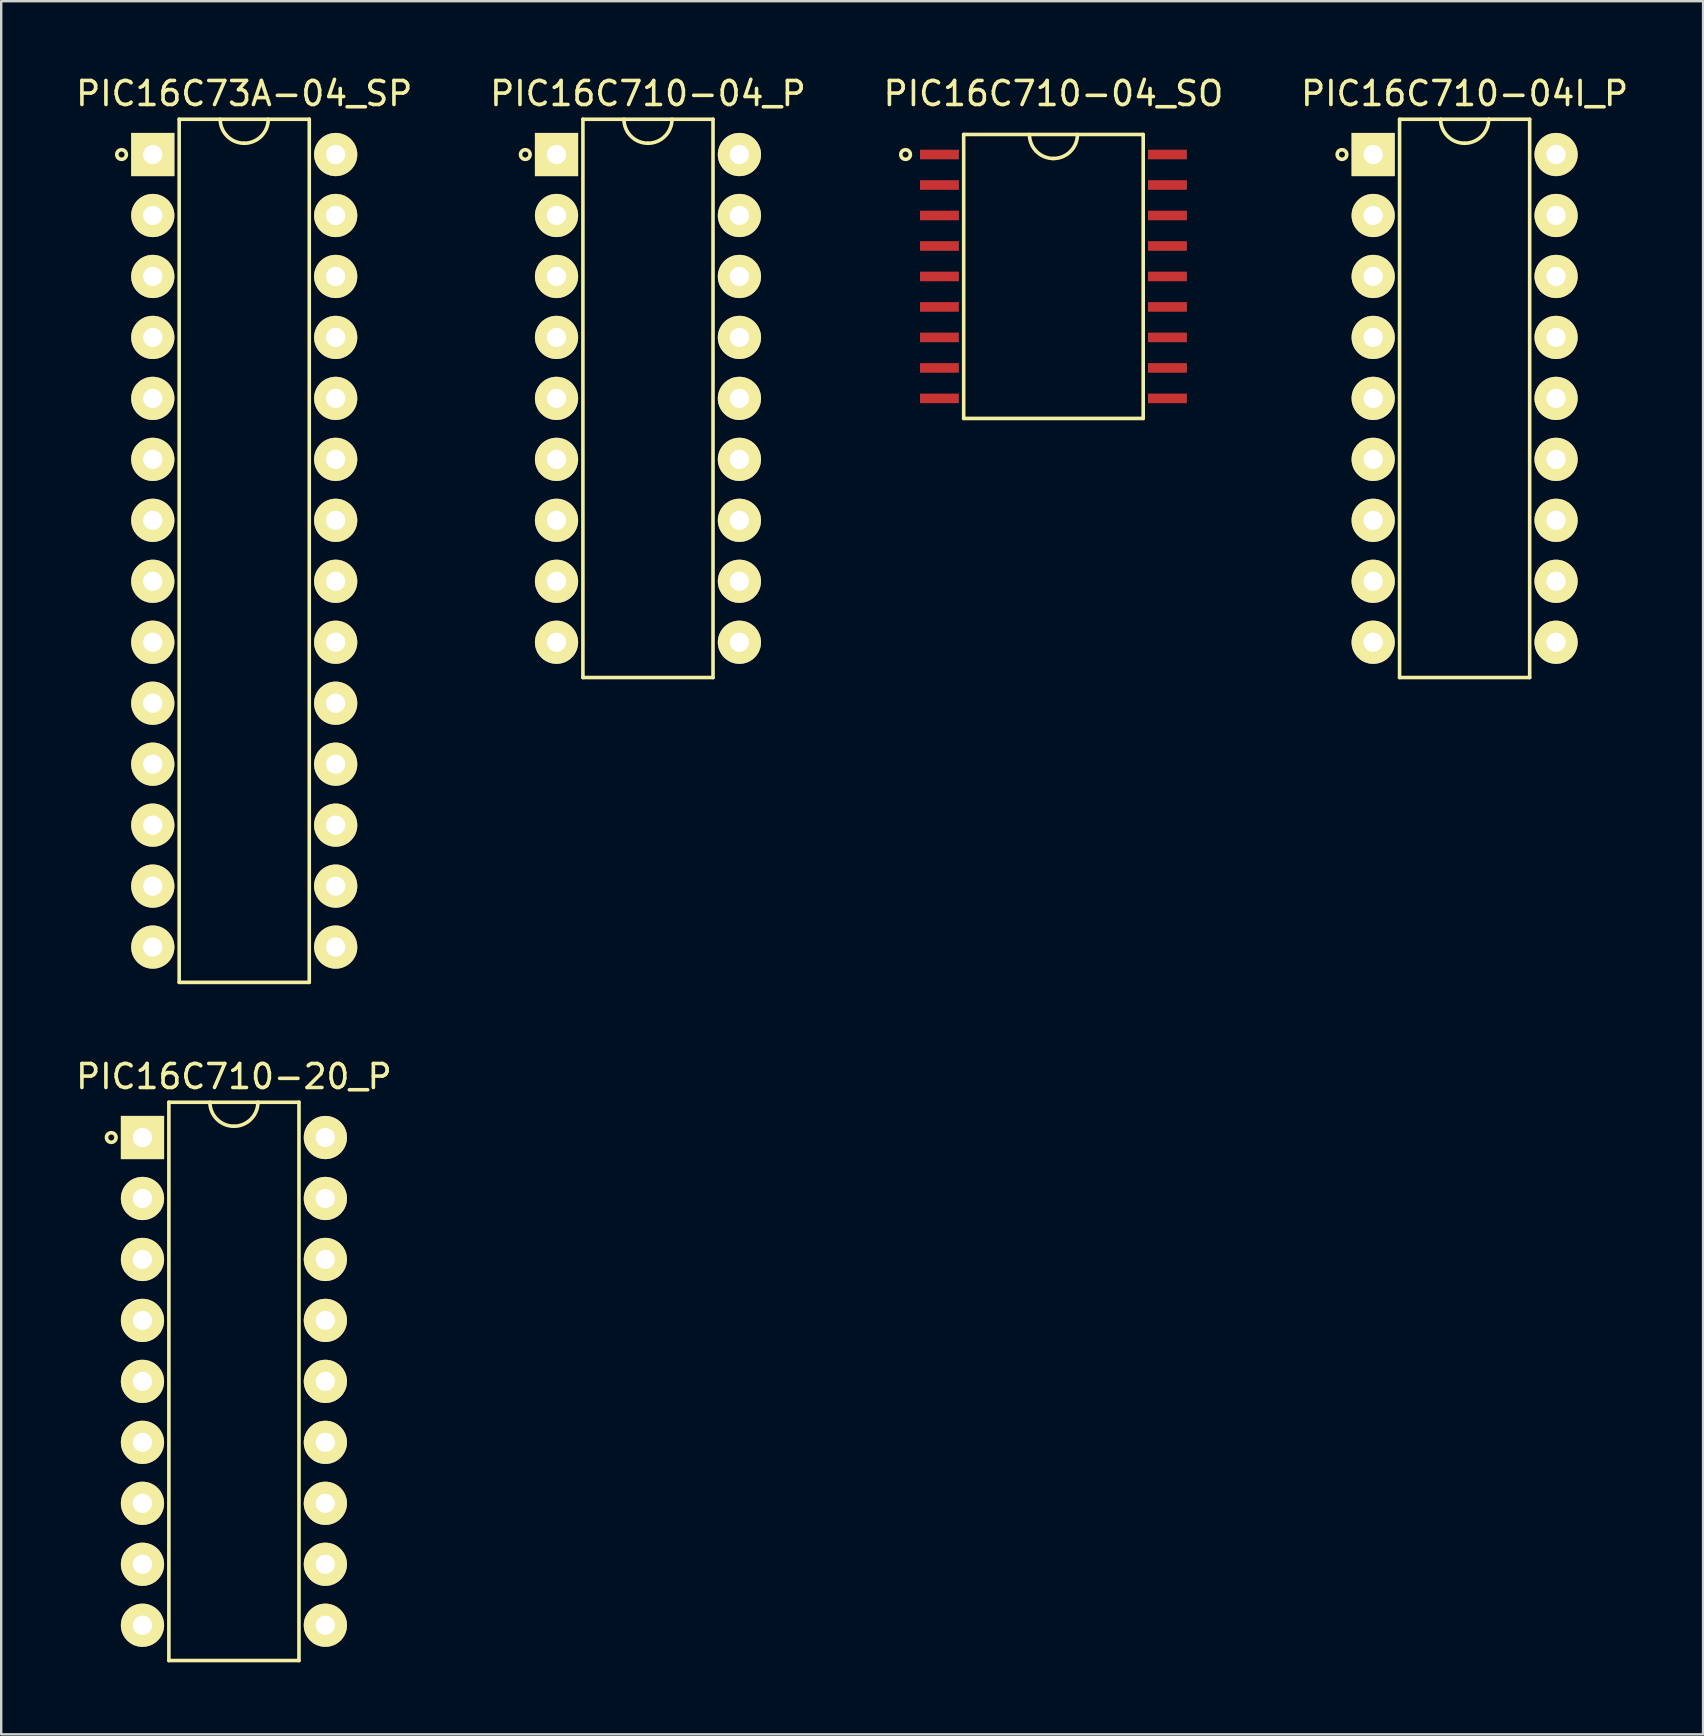
<source format=kicad_pcb>
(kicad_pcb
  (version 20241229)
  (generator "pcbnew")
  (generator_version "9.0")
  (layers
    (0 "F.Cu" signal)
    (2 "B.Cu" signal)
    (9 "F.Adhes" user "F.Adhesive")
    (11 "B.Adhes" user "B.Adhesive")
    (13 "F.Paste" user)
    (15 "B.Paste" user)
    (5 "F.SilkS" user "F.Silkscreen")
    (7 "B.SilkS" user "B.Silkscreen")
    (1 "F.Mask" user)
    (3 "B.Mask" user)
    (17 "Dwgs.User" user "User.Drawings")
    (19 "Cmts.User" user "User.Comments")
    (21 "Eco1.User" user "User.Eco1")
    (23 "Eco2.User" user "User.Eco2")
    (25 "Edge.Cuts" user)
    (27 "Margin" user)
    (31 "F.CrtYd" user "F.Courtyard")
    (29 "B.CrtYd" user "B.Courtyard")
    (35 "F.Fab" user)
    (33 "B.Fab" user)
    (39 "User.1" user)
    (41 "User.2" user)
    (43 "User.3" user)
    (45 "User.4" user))
  (footprint "PIC16C73A-04_SP"
    (layer "F.Cu")
    (at 3.315 3.388)
    (property "Reference" "PIC16C73A-04_SP" (at 3.81 -2.54 0) (layer "F.SilkS") (effects (font (size 1 1) (thickness 0.15))))
    (attr through_hole)
    (fp_line (start 1.1 -1.47) (end 6.52 -1.47) (stroke (width 0.15) (type solid)) (layer "F.SilkS"))
    (fp_line (start 1.1 34.49) (end 1.1 -1.47) (stroke (width 0.15) (type solid)) (layer "F.SilkS"))
    (fp_line (start 6.52 -1.47) (end 6.52 34.49) (stroke (width 0.15) (type solid)) (layer "F.SilkS"))
    (fp_line (start 6.52 34.49) (end 1.1 34.49) (stroke (width 0.15) (type solid)) (layer "F.SilkS"))
    (fp_arc (start 3.81 -0.47) (mid 3.102893 -0.762893) (end 2.81 -1.47) (stroke (width 0.15) (type solid)) (layer "F.SilkS"))
    (fp_arc (start 4.81 -1.47) (mid 4.517107 -0.762893) (end 3.81 -0.47) (stroke (width 0.15) (type solid)) (layer "F.SilkS"))
    (fp_circle (center -1.3 0) (end -1.3 0.2) (stroke (width 0.15) (type solid)) (fill no) (layer "F.SilkS"))
    (pad "1" thru_hole rect (at 0 0) (size 1.8 1.8) (drill 0.8) (layers "*.Cu" "*.Mask" "F.SilkS"))
    (pad "2" thru_hole circle (at 0 2.54) (size 1.8 1.8) (drill 0.8) (layers "*.Cu" "*.Mask" "F.SilkS"))
    (pad "3" thru_hole circle (at 0 5.08) (size 1.8 1.8) (drill 0.8) (layers "*.Cu" "*.Mask" "F.SilkS"))
    (pad "4" thru_hole circle (at 0 7.62) (size 1.8 1.8) (drill 0.8) (layers "*.Cu" "*.Mask" "F.SilkS"))
    (pad "5" thru_hole circle (at 0 10.16) (size 1.8 1.8) (drill 0.8) (layers "*.Cu" "*.Mask" "F.SilkS"))
    (pad "6" thru_hole circle (at 0 12.7) (size 1.8 1.8) (drill 0.8) (layers "*.Cu" "*.Mask" "F.SilkS"))
    (pad "7" thru_hole circle (at 0 15.24) (size 1.8 1.8) (drill 0.8) (layers "*.Cu" "*.Mask" "F.SilkS"))
    (pad "8" thru_hole circle (at 0 17.78) (size 1.8 1.8) (drill 0.8) (layers "*.Cu" "*.Mask" "F.SilkS"))
    (pad "9" thru_hole circle (at 0 20.32) (size 1.8 1.8) (drill 0.8) (layers "*.Cu" "*.Mask" "F.SilkS"))
    (pad "10" thru_hole circle (at 0 22.86) (size 1.8 1.8) (drill 0.8) (layers "*.Cu" "*.Mask" "F.SilkS"))
    (pad "11" thru_hole circle (at 0 25.4) (size 1.8 1.8) (drill 0.8) (layers "*.Cu" "*.Mask" "F.SilkS"))
    (pad "12" thru_hole circle (at 0 27.94) (size 1.8 1.8) (drill 0.8) (layers "*.Cu" "*.Mask" "F.SilkS"))
    (pad "13" thru_hole circle (at 0 30.48) (size 1.8 1.8) (drill 0.8) (layers "*.Cu" "*.Mask" "F.SilkS"))
    (pad "14" thru_hole circle (at 0 33.02) (size 1.8 1.8) (drill 0.8) (layers "*.Cu" "*.Mask" "F.SilkS"))
    (pad "15" thru_hole circle (at 7.62 33.02) (size 1.8 1.8) (drill 0.8) (layers "*.Cu" "*.Mask" "F.SilkS"))
    (pad "16" thru_hole circle (at 7.62 30.48) (size 1.8 1.8) (drill 0.8) (layers "*.Cu" "*.Mask" "F.SilkS"))
    (pad "17" thru_hole circle (at 7.62 27.94) (size 1.8 1.8) (drill 0.8) (layers "*.Cu" "*.Mask" "F.SilkS"))
    (pad "18" thru_hole circle (at 7.62 25.4) (size 1.8 1.8) (drill 0.8) (layers "*.Cu" "*.Mask" "F.SilkS"))
    (pad "19" thru_hole circle (at 7.62 22.86) (size 1.8 1.8) (drill 0.8) (layers "*.Cu" "*.Mask" "F.SilkS"))
    (pad "20" thru_hole circle (at 7.62 20.32) (size 1.8 1.8) (drill 0.8) (layers "*.Cu" "*.Mask" "F.SilkS"))
    (pad "21" thru_hole circle (at 7.62 17.78) (size 1.8 1.8) (drill 0.8) (layers "*.Cu" "*.Mask" "F.SilkS"))
    (pad "22" thru_hole circle (at 7.62 15.24) (size 1.8 1.8) (drill 0.8) (layers "*.Cu" "*.Mask" "F.SilkS"))
    (pad "23" thru_hole circle (at 7.62 12.7) (size 1.8 1.8) (drill 0.8) (layers "*.Cu" "*.Mask" "F.SilkS"))
    (pad "24" thru_hole circle (at 7.62 10.16) (size 1.8 1.8) (drill 0.8) (layers "*.Cu" "*.Mask" "F.SilkS"))
    (pad "25" thru_hole circle (at 7.62 7.62) (size 1.8 1.8) (drill 0.8) (layers "*.Cu" "*.Mask" "F.SilkS"))
    (pad "26" thru_hole circle (at 7.62 5.08) (size 1.8 1.8) (drill 0.8) (layers "*.Cu" "*.Mask" "F.SilkS"))
    (pad "27" thru_hole circle (at 7.62 2.54) (size 1.8 1.8) (drill 0.8) (layers "*.Cu" "*.Mask" "F.SilkS"))
    (pad "28" thru_hole circle (at 7.62 0) (size 1.8 1.8) (drill 0.8) (layers "*.Cu" "*.Mask" "F.SilkS")))
  (footprint "PIC16C710-04I_P"
    (layer "F.Cu")
    (at 54.16 3.388)
    (property "Reference" "PIC16C710-04I_P" (at 3.81 -2.54 0) (layer "F.SilkS") (effects (font (size 1 1) (thickness 0.15))))
    (attr through_hole)
    (fp_line (start 1.1 -1.47) (end 6.52 -1.47) (stroke (width 0.15) (type solid)) (layer "F.SilkS"))
    (fp_line (start 1.1 21.79) (end 1.1 -1.47) (stroke (width 0.15) (type solid)) (layer "F.SilkS"))
    (fp_line (start 6.52 -1.47) (end 6.52 21.79) (stroke (width 0.15) (type solid)) (layer "F.SilkS"))
    (fp_line (start 6.52 21.79) (end 1.1 21.79) (stroke (width 0.15) (type solid)) (layer "F.SilkS"))
    (fp_arc (start 3.81 -0.47) (mid 3.102893 -0.762893) (end 2.81 -1.47) (stroke (width 0.15) (type solid)) (layer "F.SilkS"))
    (fp_arc (start 4.81 -1.47) (mid 4.517107 -0.762893) (end 3.81 -0.47) (stroke (width 0.15) (type solid)) (layer "F.SilkS"))
    (fp_circle (center -1.3 0) (end -1.3 0.2) (stroke (width 0.15) (type solid)) (fill no) (layer "F.SilkS"))
    (pad "1" thru_hole rect (at 0 0) (size 1.8 1.8) (drill 0.8) (layers "*.Cu" "*.Mask" "F.SilkS"))
    (pad "2" thru_hole circle (at 0 2.54) (size 1.8 1.8) (drill 0.8) (layers "*.Cu" "*.Mask" "F.SilkS"))
    (pad "3" thru_hole circle (at 0 5.08) (size 1.8 1.8) (drill 0.8) (layers "*.Cu" "*.Mask" "F.SilkS"))
    (pad "4" thru_hole circle (at 0 7.62) (size 1.8 1.8) (drill 0.8) (layers "*.Cu" "*.Mask" "F.SilkS"))
    (pad "5" thru_hole circle (at 0 10.16) (size 1.8 1.8) (drill 0.8) (layers "*.Cu" "*.Mask" "F.SilkS"))
    (pad "6" thru_hole circle (at 0 12.7) (size 1.8 1.8) (drill 0.8) (layers "*.Cu" "*.Mask" "F.SilkS"))
    (pad "7" thru_hole circle (at 0 15.24) (size 1.8 1.8) (drill 0.8) (layers "*.Cu" "*.Mask" "F.SilkS"))
    (pad "8" thru_hole circle (at 0 17.78) (size 1.8 1.8) (drill 0.8) (layers "*.Cu" "*.Mask" "F.SilkS"))
    (pad "9" thru_hole circle (at 0 20.32) (size 1.8 1.8) (drill 0.8) (layers "*.Cu" "*.Mask" "F.SilkS"))
    (pad "10" thru_hole circle (at 7.62 20.32) (size 1.8 1.8) (drill 0.8) (layers "*.Cu" "*.Mask" "F.SilkS"))
    (pad "11" thru_hole circle (at 7.62 17.78) (size 1.8 1.8) (drill 0.8) (layers "*.Cu" "*.Mask" "F.SilkS"))
    (pad "12" thru_hole circle (at 7.62 15.24) (size 1.8 1.8) (drill 0.8) (layers "*.Cu" "*.Mask" "F.SilkS"))
    (pad "13" thru_hole circle (at 7.62 12.7) (size 1.8 1.8) (drill 0.8) (layers "*.Cu" "*.Mask" "F.SilkS"))
    (pad "14" thru_hole circle (at 7.62 10.16) (size 1.8 1.8) (drill 0.8) (layers "*.Cu" "*.Mask" "F.SilkS"))
    (pad "15" thru_hole circle (at 7.62 7.62) (size 1.8 1.8) (drill 0.8) (layers "*.Cu" "*.Mask" "F.SilkS"))
    (pad "16" thru_hole circle (at 7.62 5.08) (size 1.8 1.8) (drill 0.8) (layers "*.Cu" "*.Mask" "F.SilkS"))
    (pad "17" thru_hole circle (at 7.62 2.54) (size 1.8 1.8) (drill 0.8) (layers "*.Cu" "*.Mask" "F.SilkS"))
    (pad "18" thru_hole circle (at 7.62 0) (size 1.8 1.8) (drill 0.8) (layers "*.Cu" "*.Mask" "F.SilkS")))
  (footprint "PIC16C710-04_P"
    (layer "F.Cu")
    (at 20.136 3.388)
    (property "Reference" "PIC16C710-04_P" (at 3.81 -2.54 0) (layer "F.SilkS") (effects (font (size 1 1) (thickness 0.15))))
    (attr through_hole)
    (fp_line (start 1.1 -1.47) (end 6.52 -1.47) (stroke (width 0.15) (type solid)) (layer "F.SilkS"))
    (fp_line (start 1.1 21.79) (end 1.1 -1.47) (stroke (width 0.15) (type solid)) (layer "F.SilkS"))
    (fp_line (start 6.52 -1.47) (end 6.52 21.79) (stroke (width 0.15) (type solid)) (layer "F.SilkS"))
    (fp_line (start 6.52 21.79) (end 1.1 21.79) (stroke (width 0.15) (type solid)) (layer "F.SilkS"))
    (fp_arc (start 3.81 -0.47) (mid 3.102893 -0.762893) (end 2.81 -1.47) (stroke (width 0.15) (type solid)) (layer "F.SilkS"))
    (fp_arc (start 4.81 -1.47) (mid 4.517107 -0.762893) (end 3.81 -0.47) (stroke (width 0.15) (type solid)) (layer "F.SilkS"))
    (fp_circle (center -1.3 0) (end -1.3 0.2) (stroke (width 0.15) (type solid)) (fill no) (layer "F.SilkS"))
    (pad "1" thru_hole rect (at 0 0) (size 1.8 1.8) (drill 0.8) (layers "*.Cu" "*.Mask" "F.SilkS"))
    (pad "2" thru_hole circle (at 0 2.54) (size 1.8 1.8) (drill 0.8) (layers "*.Cu" "*.Mask" "F.SilkS"))
    (pad "3" thru_hole circle (at 0 5.08) (size 1.8 1.8) (drill 0.8) (layers "*.Cu" "*.Mask" "F.SilkS"))
    (pad "4" thru_hole circle (at 0 7.62) (size 1.8 1.8) (drill 0.8) (layers "*.Cu" "*.Mask" "F.SilkS"))
    (pad "5" thru_hole circle (at 0 10.16) (size 1.8 1.8) (drill 0.8) (layers "*.Cu" "*.Mask" "F.SilkS"))
    (pad "6" thru_hole circle (at 0 12.7) (size 1.8 1.8) (drill 0.8) (layers "*.Cu" "*.Mask" "F.SilkS"))
    (pad "7" thru_hole circle (at 0 15.24) (size 1.8 1.8) (drill 0.8) (layers "*.Cu" "*.Mask" "F.SilkS"))
    (pad "8" thru_hole circle (at 0 17.78) (size 1.8 1.8) (drill 0.8) (layers "*.Cu" "*.Mask" "F.SilkS"))
    (pad "9" thru_hole circle (at 0 20.32) (size 1.8 1.8) (drill 0.8) (layers "*.Cu" "*.Mask" "F.SilkS"))
    (pad "10" thru_hole circle (at 7.62 20.32) (size 1.8 1.8) (drill 0.8) (layers "*.Cu" "*.Mask" "F.SilkS"))
    (pad "11" thru_hole circle (at 7.62 17.78) (size 1.8 1.8) (drill 0.8) (layers "*.Cu" "*.Mask" "F.SilkS"))
    (pad "12" thru_hole circle (at 7.62 15.24) (size 1.8 1.8) (drill 0.8) (layers "*.Cu" "*.Mask" "F.SilkS"))
    (pad "13" thru_hole circle (at 7.62 12.7) (size 1.8 1.8) (drill 0.8) (layers "*.Cu" "*.Mask" "F.SilkS"))
    (pad "14" thru_hole circle (at 7.62 10.16) (size 1.8 1.8) (drill 0.8) (layers "*.Cu" "*.Mask" "F.SilkS"))
    (pad "15" thru_hole circle (at 7.62 7.62) (size 1.8 1.8) (drill 0.8) (layers "*.Cu" "*.Mask" "F.SilkS"))
    (pad "16" thru_hole circle (at 7.62 5.08) (size 1.8 1.8) (drill 0.8) (layers "*.Cu" "*.Mask" "F.SilkS"))
    (pad "17" thru_hole circle (at 7.62 2.54) (size 1.8 1.8) (drill 0.8) (layers "*.Cu" "*.Mask" "F.SilkS"))
    (pad "18" thru_hole circle (at 7.62 0) (size 1.8 1.8) (drill 0.8) (layers "*.Cu" "*.Mask" "F.SilkS")))
  (footprint "PIC16C710-20_P"
    (layer "F.Cu")
    (at 2.886 44.342)
    (property "Reference" "PIC16C710-20_P" (at 3.81 -2.54 0) (layer "F.SilkS") (effects (font (size 1 1) (thickness 0.15))))
    (attr through_hole)
    (fp_line (start 1.1 -1.47) (end 6.52 -1.47) (stroke (width 0.15) (type solid)) (layer "F.SilkS"))
    (fp_line (start 1.1 21.79) (end 1.1 -1.47) (stroke (width 0.15) (type solid)) (layer "F.SilkS"))
    (fp_line (start 6.52 -1.47) (end 6.52 21.79) (stroke (width 0.15) (type solid)) (layer "F.SilkS"))
    (fp_line (start 6.52 21.79) (end 1.1 21.79) (stroke (width 0.15) (type solid)) (layer "F.SilkS"))
    (fp_arc (start 3.81 -0.47) (mid 3.102893 -0.762893) (end 2.81 -1.47) (stroke (width 0.15) (type solid)) (layer "F.SilkS"))
    (fp_arc (start 4.81 -1.47) (mid 4.517107 -0.762893) (end 3.81 -0.47) (stroke (width 0.15) (type solid)) (layer "F.SilkS"))
    (fp_circle (center -1.3 0) (end -1.3 0.2) (stroke (width 0.15) (type solid)) (fill no) (layer "F.SilkS"))
    (pad "1" thru_hole rect (at 0 0) (size 1.8 1.8) (drill 0.8) (layers "*.Cu" "*.Mask" "F.SilkS"))
    (pad "2" thru_hole circle (at 0 2.54) (size 1.8 1.8) (drill 0.8) (layers "*.Cu" "*.Mask" "F.SilkS"))
    (pad "3" thru_hole circle (at 0 5.08) (size 1.8 1.8) (drill 0.8) (layers "*.Cu" "*.Mask" "F.SilkS"))
    (pad "4" thru_hole circle (at 0 7.62) (size 1.8 1.8) (drill 0.8) (layers "*.Cu" "*.Mask" "F.SilkS"))
    (pad "5" thru_hole circle (at 0 10.16) (size 1.8 1.8) (drill 0.8) (layers "*.Cu" "*.Mask" "F.SilkS"))
    (pad "6" thru_hole circle (at 0 12.7) (size 1.8 1.8) (drill 0.8) (layers "*.Cu" "*.Mask" "F.SilkS"))
    (pad "7" thru_hole circle (at 0 15.24) (size 1.8 1.8) (drill 0.8) (layers "*.Cu" "*.Mask" "F.SilkS"))
    (pad "8" thru_hole circle (at 0 17.78) (size 1.8 1.8) (drill 0.8) (layers "*.Cu" "*.Mask" "F.SilkS"))
    (pad "9" thru_hole circle (at 0 20.32) (size 1.8 1.8) (drill 0.8) (layers "*.Cu" "*.Mask" "F.SilkS"))
    (pad "10" thru_hole circle (at 7.62 20.32) (size 1.8 1.8) (drill 0.8) (layers "*.Cu" "*.Mask" "F.SilkS"))
    (pad "11" thru_hole circle (at 7.62 17.78) (size 1.8 1.8) (drill 0.8) (layers "*.Cu" "*.Mask" "F.SilkS"))
    (pad "12" thru_hole circle (at 7.62 15.24) (size 1.8 1.8) (drill 0.8) (layers "*.Cu" "*.Mask" "F.SilkS"))
    (pad "13" thru_hole circle (at 7.62 12.7) (size 1.8 1.8) (drill 0.8) (layers "*.Cu" "*.Mask" "F.SilkS"))
    (pad "14" thru_hole circle (at 7.62 10.16) (size 1.8 1.8) (drill 0.8) (layers "*.Cu" "*.Mask" "F.SilkS"))
    (pad "15" thru_hole circle (at 7.62 7.62) (size 1.8 1.8) (drill 0.8) (layers "*.Cu" "*.Mask" "F.SilkS"))
    (pad "16" thru_hole circle (at 7.62 5.08) (size 1.8 1.8) (drill 0.8) (layers "*.Cu" "*.Mask" "F.SilkS"))
    (pad "17" thru_hole circle (at 7.62 2.54) (size 1.8 1.8) (drill 0.8) (layers "*.Cu" "*.Mask" "F.SilkS"))
    (pad "18" thru_hole circle (at 7.62 0) (size 1.8 1.8) (drill 0.8) (layers "*.Cu" "*.Mask" "F.SilkS")))
  (footprint "PIC16C710-04_SO"
    (layer "F.Cu")
    (at 36.089 3.388)
    (property "Reference" "PIC16C710-04_SO" (at 4.75 -2.54 0) (layer "F.SilkS") (effects (font (size 1 1) (thickness 0.15))))
    (attr through_hole)
    (fp_line (start 1.01 -0.835) (end 8.49 -0.835) (stroke (width 0.15) (type solid)) (layer "F.SilkS"))
    (fp_line (start 1.01 10.995) (end 1.01 -0.835) (stroke (width 0.15) (type solid)) (layer "F.SilkS"))
    (fp_line (start 8.49 -0.835) (end 8.49 10.995) (stroke (width 0.15) (type solid)) (layer "F.SilkS"))
    (fp_line (start 8.49 10.995) (end 1.01 10.995) (stroke (width 0.15) (type solid)) (layer "F.SilkS"))
    (fp_arc (start 4.75 0.165) (mid 4.042893 -0.127893) (end 3.75 -0.835) (stroke (width 0.15) (type solid)) (layer "F.SilkS"))
    (fp_arc (start 5.75 -0.835) (mid 5.457107 -0.127893) (end 4.75 0.165) (stroke (width 0.15) (type solid)) (layer "F.SilkS"))
    (fp_circle (center -1.41 0) (end -1.41 0.2) (stroke (width 0.15) (type solid)) (fill no) (layer "F.SilkS"))
    (pad "1" smd rect (at 0 0) (size 1.62 0.4) (layers "F.Cu" "F.Mask" "F.Paste"))
    (pad "2" smd rect (at 0 1.27) (size 1.62 0.4) (layers "F.Cu" "F.Mask" "F.Paste"))
    (pad "3" smd rect (at 0 2.54) (size 1.62 0.4) (layers "F.Cu" "F.Mask" "F.Paste"))
    (pad "4" smd rect (at 0 3.81) (size 1.62 0.4) (layers "F.Cu" "F.Mask" "F.Paste"))
    (pad "5" smd rect (at 0 5.08) (size 1.62 0.4) (layers "F.Cu" "F.Mask" "F.Paste"))
    (pad "6" smd rect (at 0 6.35) (size 1.62 0.4) (layers "F.Cu" "F.Mask" "F.Paste"))
    (pad "7" smd rect (at 0 7.62) (size 1.62 0.4) (layers "F.Cu" "F.Mask" "F.Paste"))
    (pad "8" smd rect (at 0 8.89) (size 1.62 0.4) (layers "F.Cu" "F.Mask" "F.Paste"))
    (pad "9" smd rect (at 0 10.16) (size 1.62 0.4) (layers "F.Cu" "F.Mask" "F.Paste"))
    (pad "10" smd rect (at 9.5 10.16) (size 1.62 0.4) (layers "F.Cu" "F.Mask" "F.Paste"))
    (pad "11" smd rect (at 9.5 8.89) (size 1.62 0.4) (layers "F.Cu" "F.Mask" "F.Paste"))
    (pad "12" smd rect (at 9.5 7.62) (size 1.62 0.4) (layers "F.Cu" "F.Mask" "F.Paste"))
    (pad "13" smd rect (at 9.5 6.35) (size 1.62 0.4) (layers "F.Cu" "F.Mask" "F.Paste"))
    (pad "14" smd rect (at 9.5 5.08) (size 1.62 0.4) (layers "F.Cu" "F.Mask" "F.Paste"))
    (pad "15" smd rect (at 9.5 3.81) (size 1.62 0.4) (layers "F.Cu" "F.Mask" "F.Paste"))
    (pad "16" smd rect (at 9.5 2.54) (size 1.62 0.4) (layers "F.Cu" "F.Mask" "F.Paste"))
    (pad "17" smd rect (at 9.5 1.27) (size 1.62 0.4) (layers "F.Cu" "F.Mask" "F.Paste"))
    (pad "18" smd rect (at 9.5 0) (size 1.62 0.4) (layers "F.Cu" "F.Mask" "F.Paste")))
  (gr_rect
    (start -3 -3)
    (end 67.905 69.207)
    (stroke (width 0.1) (type default))
    (fill no)
    (layer "Edge.Cuts")))
</source>
